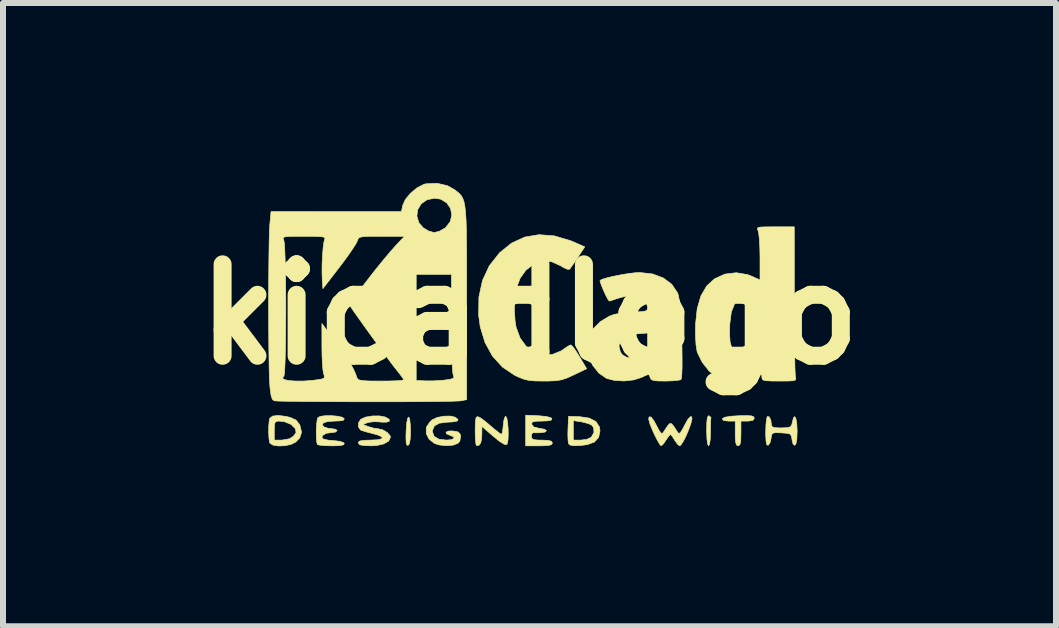
<source format=kicad_pcb>
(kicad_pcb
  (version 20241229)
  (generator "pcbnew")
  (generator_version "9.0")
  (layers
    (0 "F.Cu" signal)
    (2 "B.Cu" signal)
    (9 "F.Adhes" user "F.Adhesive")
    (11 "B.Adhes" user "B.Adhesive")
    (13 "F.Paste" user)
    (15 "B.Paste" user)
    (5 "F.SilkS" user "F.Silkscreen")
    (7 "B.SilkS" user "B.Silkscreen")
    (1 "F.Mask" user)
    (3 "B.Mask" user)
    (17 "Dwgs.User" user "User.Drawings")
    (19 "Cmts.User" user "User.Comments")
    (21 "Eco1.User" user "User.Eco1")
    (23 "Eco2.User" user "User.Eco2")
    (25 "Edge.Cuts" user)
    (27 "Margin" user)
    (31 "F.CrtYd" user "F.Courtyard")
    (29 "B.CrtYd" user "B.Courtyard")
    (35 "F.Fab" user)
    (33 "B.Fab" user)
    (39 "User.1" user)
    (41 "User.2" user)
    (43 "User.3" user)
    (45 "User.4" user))
  (footprint "kicadlogo"
    (layer "F.Cu")
    (at 5.777 2.191)
    (property "Reference" "kicadlogo" (at 0 0 0) (layer "F.SilkS") (effects (font (size 1.524 1.524) (thickness 0.3))))
    (attr through_hole)
    (fp_poly (pts (xy -1.996 1.755) (xy -1.986 1.861) (xy -1.984 1.942) (xy -1.989 2.079) (xy -2.004 2.158) (xy -2.025 2.183) (xy -2.046 2.176) (xy -2.057 2.13) (xy -2.06 2.037) (xy -2.057 1.948) (xy -2.047 1.808) (xy -2.03 1.729) (xy -2.012 1.711) (xy -1.996 1.755)) (stroke (width 0.01) (type solid)) (fill yes) (layer "F.SilkS"))
    (fp_poly (pts (xy 3.024 1.716) (xy 3.024 1.725) (xy 3.02 1.765) (xy 3.017 1.851) (xy 3.016 1.964) (xy 3.016 1.968) (xy 3.012 2.083) (xy 3.001 2.161) (xy 2.985 2.191) (xy 2.985 2.191) (xy 2.969 2.161) (xy 2.958 2.08) (xy 2.953 1.959) (xy 2.953 1.934) (xy 2.955 1.8) (xy 2.964 1.722) (xy 2.981 1.691) (xy 2.992 1.691) (xy 3.024 1.716)) (stroke (width 0.01) (type solid)) (fill yes) (layer "F.SilkS"))
    (fp_poly (pts (xy 3.696 1.691) (xy 3.735 1.704) (xy 3.746 1.727) (xy 3.747 1.729) (xy 3.724 1.765) (xy 3.651 1.778) (xy 3.635 1.778) (xy 3.524 1.778) (xy 3.524 1.984) (xy 3.521 2.1) (xy 3.51 2.164) (xy 3.487 2.189) (xy 3.477 2.191) (xy 3.45 2.177) (xy 3.435 2.128) (xy 3.429 2.031) (xy 3.429 1.984) (xy 3.429 1.778) (xy 3.315 1.778) (xy 3.235 1.769) (xy 3.214 1.742) (xy 3.215 1.738) (xy 3.255 1.714) (xy 3.359 1.697) (xy 3.487 1.689) (xy 3.618 1.687) (xy 3.696 1.691)) (stroke (width 0.01) (type solid)) (fill yes) (layer "F.SilkS"))
    (fp_poly (pts (xy 0.838 1.705) (xy 0.997 1.729) (xy 1.108 1.787) (xy 1.166 1.876) (xy 1.175 1.939) (xy 1.152 2.05) (xy 1.083 2.127) (xy 0.962 2.171) (xy 0.862 2.184) (xy 0.748 2.189) (xy 0.682 2.18) (xy 0.652 2.157) (xy 0.65 2.152) (xy 0.642 2.097) (xy 0.642 2.095) (xy 0.73 2.095) (xy 0.855 2.095) (xy 0.953 2.083) (xy 1.025 2.05) (xy 1.03 2.046) (xy 1.074 1.968) (xy 1.069 1.889) (xy 1.038 1.847) (xy 0.982 1.82) (xy 0.893 1.797) (xy 0.864 1.791) (xy 0.73 1.77) (xy 0.73 2.095) (xy 0.642 2.095) (xy 0.639 2.001) (xy 0.641 1.902) (xy 0.651 1.699) (xy 0.838 1.705)) (stroke (width 0.01) (type solid)) (fill yes) (layer "F.SilkS"))
    (fp_poly (pts (xy 0.148 1.689) (xy 0.277 1.701) (xy 0.354 1.721) (xy 0.373 1.738) (xy 0.361 1.762) (xy 0.299 1.775) (xy 0.207 1.778) (xy 0.104 1.781) (xy 0.052 1.792) (xy 0.036 1.815) (xy 0.038 1.834) (xy 0.071 1.877) (xy 0.157 1.898) (xy 0.167 1.899) (xy 0.252 1.915) (xy 0.283 1.939) (xy 0.257 1.962) (xy 0.183 1.972) (xy 0.104 1.974) (xy 0.056 1.972) (xy 0.056 1.972) (xy 0.036 1.996) (xy 0.032 2.032) (xy 0.039 2.069) (xy 0.072 2.088) (xy 0.145 2.095) (xy 0.206 2.095) (xy 0.312 2.1) (xy 0.366 2.115) (xy 0.381 2.143) (xy 0.368 2.169) (xy 0.321 2.184) (xy 0.228 2.19) (xy 0.159 2.191) (xy -0.064 2.191) (xy -0.064 1.68) (xy 0.148 1.689)) (stroke (width 0.01) (type solid)) (fill yes) (layer "F.SilkS"))
    (fp_poly (pts (xy -4.061 1.7) (xy -3.99 1.717) (xy -3.892 1.761) (xy -3.834 1.835) (xy -3.828 1.848) (xy -3.8 1.964) (xy -3.83 2.058) (xy -3.898 2.128) (xy -3.976 2.167) (xy -4.078 2.189) (xy -4.184 2.193) (xy -4.274 2.18) (xy -4.326 2.148) (xy -4.33 2.141) (xy -4.343 2.07) (xy -4.349 1.965) (xy -4.348 1.937) (xy -4.255 1.937) (xy -4.255 2.095) (xy -4.128 2.095) (xy -4 2.073) (xy -3.936 2.031) (xy -3.893 1.973) (xy -3.899 1.918) (xy -3.906 1.903) (xy -3.976 1.833) (xy -4.085 1.789) (xy -4.177 1.778) (xy -4.223 1.783) (xy -4.246 1.811) (xy -4.254 1.876) (xy -4.255 1.937) (xy -4.348 1.937) (xy -4.347 1.853) (xy -4.338 1.762) (xy -4.33 1.733) (xy -4.284 1.695) (xy -4.19 1.684) (xy -4.061 1.7)) (stroke (width 0.01) (type solid)) (fill yes) (layer "F.SilkS"))
    (fp_poly (pts (xy -1.239 1.714) (xy -1.191 1.751) (xy -1.204 1.777) (xy -1.28 1.792) (xy -1.366 1.796) (xy -1.503 1.813) (xy -1.585 1.858) (xy -1.618 1.934) (xy -1.619 1.955) (xy -1.591 2.032) (xy -1.51 2.08) (xy -1.385 2.095) (xy -1.299 2.087) (xy -1.258 2.065) (xy -1.267 2.039) (xy -1.318 2.019) (xy -1.384 1.991) (xy -1.393 1.963) (xy -1.35 1.944) (xy -1.278 1.943) (xy -1.196 1.957) (xy -1.159 1.99) (xy -1.148 2.03) (xy -1.162 2.114) (xy -1.194 2.149) (xy -1.275 2.18) (xy -1.389 2.189) (xy -1.506 2.176) (xy -1.587 2.15) (xy -1.675 2.079) (xy -1.722 1.987) (xy -1.721 1.892) (xy -1.711 1.866) (xy -1.661 1.794) (xy -1.622 1.756) (xy -1.537 1.717) (xy -1.424 1.696) (xy -1.313 1.695) (xy -1.239 1.714)) (stroke (width 0.01) (type solid)) (fill yes) (layer "F.SilkS"))
    (fp_poly (pts (xy -0.379 1.727) (xy -0.366 1.8) (xy -0.357 1.899) (xy -0.355 2.004) (xy -0.359 2.096) (xy -0.371 2.157) (xy -0.378 2.168) (xy -0.42 2.166) (xy -0.502 2.115) (xy -0.602 2.033) (xy -0.794 1.867) (xy -0.794 1.979) (xy -0.799 2.069) (xy -0.812 2.138) (xy -0.813 2.141) (xy -0.845 2.183) (xy -0.88 2.188) (xy -0.893 2.167) (xy -0.902 2.081) (xy -0.906 1.972) (xy -0.905 1.86) (xy -0.9 1.768) (xy -0.89 1.716) (xy -0.889 1.715) (xy -0.862 1.704) (xy -0.81 1.729) (xy -0.724 1.795) (xy -0.675 1.837) (xy -0.584 1.914) (xy -0.512 1.971) (xy -0.471 1.999) (xy -0.468 2) (xy -0.454 1.972) (xy -0.443 1.899) (xy -0.438 1.849) (xy -0.427 1.761) (xy -0.408 1.707) (xy -0.397 1.699) (xy -0.379 1.727)) (stroke (width 0.01) (type solid)) (fill yes) (layer "F.SilkS"))
    (fp_poly (pts (xy -3.198 1.697) (xy -3.12 1.715) (xy -3.088 1.738) (xy -3.1 1.763) (xy -3.163 1.775) (xy -3.25 1.778) (xy -3.364 1.786) (xy -3.435 1.808) (xy -3.457 1.84) (xy -3.425 1.876) (xy -3.361 1.897) (xy -3.294 1.905) (xy -3.231 1.915) (xy -3.207 1.937) (xy -3.234 1.961) (xy -3.284 1.968) (xy -3.39 1.982) (xy -3.45 2.019) (xy -3.461 2.05) (xy -3.435 2.078) (xy -3.354 2.096) (xy -3.281 2.102) (xy -3.17 2.114) (xy -3.102 2.136) (xy -3.088 2.151) (xy -3.099 2.173) (xy -3.156 2.186) (xy -3.267 2.191) (xy -3.294 2.191) (xy -3.407 2.188) (xy -3.493 2.18) (xy -3.535 2.17) (xy -3.535 2.17) (xy -3.548 2.126) (xy -3.554 2.04) (xy -3.555 1.935) (xy -3.549 1.831) (xy -3.539 1.751) (xy -3.529 1.721) (xy -3.485 1.699) (xy -3.401 1.688) (xy -3.298 1.688) (xy -3.198 1.697)) (stroke (width 0.01) (type solid)) (fill yes) (layer "F.SilkS"))
    (fp_poly (pts (xy 3.997 1.709) (xy 4.023 1.763) (xy 4.032 1.839) (xy 4.043 1.871) (xy 4.084 1.888) (xy 4.171 1.892) (xy 4.199 1.892) (xy 4.296 1.888) (xy 4.348 1.874) (xy 4.371 1.84) (xy 4.382 1.794) (xy 4.401 1.72) (xy 4.422 1.704) (xy 4.441 1.739) (xy 4.455 1.82) (xy 4.461 1.939) (xy 4.461 1.942) (xy 4.456 2.079) (xy 4.44 2.16) (xy 4.423 2.182) (xy 4.394 2.164) (xy 4.376 2.094) (xy 4.376 2.089) (xy 4.366 2.028) (xy 4.342 1.995) (xy 4.287 1.981) (xy 4.201 1.975) (xy 4.105 1.971) (xy 4.055 1.98) (xy 4.034 2.011) (xy 4.026 2.068) (xy 4.008 2.142) (xy 3.978 2.182) (xy 3.977 2.183) (xy 3.955 2.172) (xy 3.943 2.117) (xy 3.937 2.009) (xy 3.937 1.957) (xy 3.941 1.84) (xy 3.95 1.75) (xy 3.963 1.703) (xy 3.965 1.701) (xy 3.997 1.709)) (stroke (width 0.01) (type solid)) (fill yes) (layer "F.SilkS"))
    (fp_poly (pts (xy -2.404 1.711) (xy -2.403 1.712) (xy -2.341 1.747) (xy -2.335 1.778) (xy -2.379 1.796) (xy -2.466 1.796) (xy -2.487 1.793) (xy -2.592 1.788) (xy -2.683 1.799) (xy -2.699 1.804) (xy -2.778 1.835) (xy -2.689 1.87) (xy -2.599 1.896) (xy -2.529 1.905) (xy -2.448 1.923) (xy -2.372 1.968) (xy -2.324 2.023) (xy -2.318 2.048) (xy -2.347 2.111) (xy -2.428 2.158) (xy -2.55 2.186) (xy -2.637 2.191) (xy -2.738 2.187) (xy -2.812 2.178) (xy -2.836 2.17) (xy -2.857 2.133) (xy -2.827 2.109) (xy -2.742 2.098) (xy -2.648 2.095) (xy -2.524 2.089) (xy -2.46 2.071) (xy -2.458 2.045) (xy -2.517 2.014) (xy -2.623 1.984) (xy -2.721 1.959) (xy -2.797 1.935) (xy -2.819 1.925) (xy -2.854 1.872) (xy -2.848 1.801) (xy -2.81 1.746) (xy -2.733 1.712) (xy -2.622 1.693) (xy -2.503 1.692) (xy -2.404 1.711)) (stroke (width 0.01) (type solid)) (fill yes) (layer "F.SilkS"))
    (fp_poly (pts (xy 2.705 1.708) (xy 2.707 1.749) (xy 2.687 1.829) (xy 2.65 1.929) (xy 2.606 2.033) (xy 2.56 2.122) (xy 2.521 2.179) (xy 2.502 2.191) (xy 2.469 2.166) (xy 2.425 2.105) (xy 2.419 2.096) (xy 2.379 2.032) (xy 2.35 2.001) (xy 2.348 2) (xy 2.323 2.025) (xy 2.282 2.085) (xy 2.275 2.095) (xy 2.231 2.159) (xy 2.197 2.19) (xy 2.194 2.191) (xy 2.169 2.164) (xy 2.128 2.093) (xy 2.077 1.992) (xy 2.065 1.966) (xy 2.009 1.832) (xy 1.986 1.747) (xy 1.994 1.708) (xy 2.025 1.71) (xy 2.07 1.767) (xy 2.113 1.846) (xy 2.162 1.938) (xy 2.194 1.98) (xy 2.217 1.981) (xy 2.235 1.958) (xy 2.285 1.882) (xy 2.31 1.847) (xy 2.339 1.818) (xy 2.369 1.823) (xy 2.409 1.871) (xy 2.464 1.958) (xy 2.487 1.984) (xy 2.511 1.975) (xy 2.546 1.922) (xy 2.586 1.846) (xy 2.642 1.746) (xy 2.684 1.704) (xy 2.705 1.708)) (stroke (width 0.01) (type solid)) (fill yes) (layer "F.SilkS"))
    (fp_poly (pts (xy 0.414 -1.309) (xy 0.687 -1.228) (xy 0.755 -1.199) (xy 0.921 -1.126) (xy 0.805 -0.952) (xy 0.743 -0.859) (xy 0.692 -0.786) (xy 0.667 -0.752) (xy 0.629 -0.753) (xy 0.561 -0.784) (xy 0.524 -0.808) (xy 0.372 -0.877) (xy 0.218 -0.887) (xy 0.071 -0.839) (xy -0.061 -0.737) (xy -0.156 -0.604) (xy -0.209 -0.465) (xy -0.242 -0.286) (xy -0.253 -0.088) (xy -0.241 0.109) (xy -0.224 0.213) (xy -0.158 0.392) (xy -0.057 0.531) (xy 0.072 0.627) (xy 0.217 0.674) (xy 0.371 0.67) (xy 0.524 0.61) (xy 0.581 0.571) (xy 0.645 0.527) (xy 0.688 0.508) (xy 0.689 0.508) (xy 0.717 0.533) (xy 0.767 0.6) (xy 0.827 0.695) (xy 0.834 0.706) (xy 0.952 0.905) (xy 0.738 1.008) (xy 0.627 1.059) (xy 0.535 1.09) (xy 0.439 1.105) (xy 0.314 1.111) (xy 0.236 1.111) (xy 0.089 1.109) (xy -0.017 1.099) (xy -0.105 1.077) (xy -0.199 1.038) (xy -0.251 1.013) (xy -0.454 0.876) (xy -0.619 0.693) (xy -0.743 0.467) (xy -0.822 0.206) (xy -0.848 0.016) (xy -0.844 -0.289) (xy -0.784 -0.566) (xy -0.67 -0.811) (xy -0.502 -1.024) (xy -0.501 -1.026) (xy -0.3 -1.188) (xy -0.08 -1.289) (xy 0.158 -1.329) (xy 0.414 -1.309)) (stroke (width 0.01) (type solid)) (fill yes) (layer "F.SilkS"))
    (fp_poly (pts (xy 4.414 -0.246) (xy 4.414 0.028) (xy 4.416 0.284) (xy 4.418 0.515) (xy 4.421 0.713) (xy 4.424 0.871) (xy 4.428 0.982) (xy 4.433 1.037) (xy 4.433 1.04) (xy 4.44 1.073) (xy 4.43 1.094) (xy 4.392 1.106) (xy 4.314 1.11) (xy 4.186 1.111) (xy 4.163 1.111) (xy 4.026 1.11) (xy 3.941 1.105) (xy 3.895 1.094) (xy 3.877 1.074) (xy 3.873 1.048) (xy 3.87 1.001) (xy 3.85 0.989) (xy 3.8 1.011) (xy 3.739 1.048) (xy 3.621 1.093) (xy 3.471 1.112) (xy 3.314 1.107) (xy 3.178 1.076) (xy 3.125 1.051) (xy 2.991 0.942) (xy 2.877 0.796) (xy 2.8 0.639) (xy 2.793 0.617) (xy 2.775 0.506) (xy 2.766 0.351) (xy 2.766 0.333) (xy 3.335 0.333) (xy 3.343 0.457) (xy 3.368 0.546) (xy 3.41 0.614) (xy 3.433 0.639) (xy 3.497 0.684) (xy 3.577 0.694) (xy 3.624 0.689) (xy 3.717 0.669) (xy 3.787 0.64) (xy 3.795 0.634) (xy 3.816 0.603) (xy 3.829 0.543) (xy 3.837 0.445) (xy 3.841 0.299) (xy 3.842 0.186) (xy 3.842 -0.224) (xy 3.756 -0.256) (xy 3.615 -0.287) (xy 3.503 -0.262) (xy 3.419 -0.179) (xy 3.364 -0.041) (xy 3.339 0.154) (xy 3.338 0.161) (xy 3.335 0.333) (xy 2.766 0.333) (xy 2.767 0.17) (xy 2.767 0.167) (xy 2.795 -0.097) (xy 2.857 -0.31) (xy 2.954 -0.475) (xy 3.085 -0.594) (xy 3.256 -0.672) (xy 3.446 -0.695) (xy 3.636 -0.663) (xy 3.694 -0.64) (xy 3.842 -0.575) (xy 3.842 -0.956) (xy 3.839 -1.111) (xy 3.832 -1.246) (xy 3.821 -1.348) (xy 3.809 -1.399) (xy 3.797 -1.427) (xy 3.806 -1.445) (xy 3.844 -1.455) (xy 3.922 -1.459) (xy 4.051 -1.46) (xy 4.095 -1.46) (xy 4.413 -1.46) (xy 4.414 -0.246)) (stroke (width 0.01) (type solid)) (fill yes) (layer "F.SilkS"))
    (fp_poly (pts (xy 2.05 -0.675) (xy 2.229 -0.608) (xy 2.37 -0.503) (xy 2.464 -0.365) (xy 2.48 -0.324) (xy 2.493 -0.254) (xy 2.506 -0.139) (xy 2.518 0.01) (xy 2.528 0.183) (xy 2.535 0.367) (xy 2.541 0.552) (xy 2.543 0.726) (xy 2.543 0.877) (xy 2.539 0.996) (xy 2.531 1.069) (xy 2.524 1.087) (xy 2.479 1.098) (xy 2.388 1.107) (xy 2.272 1.111) (xy 2.259 1.111) (xy 2.137 1.109) (xy 2.065 1.101) (xy 2.027 1.083) (xy 2.011 1.052) (xy 2.01 1.049) (xy 1.997 1.011) (xy 1.973 1.003) (xy 1.921 1.024) (xy 1.871 1.049) (xy 1.737 1.092) (xy 1.574 1.11) (xy 1.412 1.1) (xy 1.284 1.067) (xy 1.157 0.98) (xy 1.052 0.848) (xy 0.981 0.689) (xy 0.955 0.534) (xy 1.492 0.534) (xy 1.513 0.621) (xy 1.545 0.672) (xy 1.622 0.716) (xy 1.728 0.729) (xy 1.837 0.711) (xy 1.898 0.681) (xy 1.942 0.636) (xy 1.963 0.571) (xy 1.968 0.471) (xy 1.968 0.31) (xy 1.794 0.324) (xy 1.64 0.354) (xy 1.54 0.414) (xy 1.495 0.503) (xy 1.492 0.534) (xy 0.955 0.534) (xy 0.953 0.521) (xy 0.953 0.515) (xy 0.982 0.374) (xy 1.062 0.238) (xy 1.182 0.119) (xy 1.329 0.03) (xy 1.408 0.001) (xy 1.512 -0.019) (xy 1.646 -0.035) (xy 1.754 -0.041) (xy 1.868 -0.046) (xy 1.932 -0.056) (xy 1.961 -0.076) (xy 1.968 -0.111) (xy 1.968 -0.119) (xy 1.942 -0.215) (xy 1.867 -0.28) (xy 1.755 -0.311) (xy 1.613 -0.305) (xy 1.476 -0.269) (xy 1.393 -0.241) (xy 1.338 -0.224) (xy 1.329 -0.223) (xy 1.308 -0.249) (xy 1.273 -0.314) (xy 1.234 -0.399) (xy 1.199 -0.483) (xy 1.177 -0.546) (xy 1.175 -0.563) (xy 1.204 -0.583) (xy 1.281 -0.607) (xy 1.39 -0.634) (xy 1.518 -0.659) (xy 1.648 -0.681) (xy 1.765 -0.695) (xy 1.841 -0.698) (xy 2.05 -0.675)) (stroke (width 0.01) (type solid)) (fill yes) (layer "F.SilkS"))
    (fp_poly (pts (xy -1.367 -2.145) (xy -1.253 -2.081) (xy -1.208 -2.047) (xy -1.171 -2.016) (xy -1.14 -1.981) (xy -1.114 -1.938) (xy -1.094 -1.882) (xy -1.078 -1.806) (xy -1.067 -1.706) (xy -1.058 -1.575) (xy -1.053 -1.409) (xy -1.05 -1.203) (xy -1.048 -0.95) (xy -1.048 -0.646) (xy -1.048 -0.285) (xy -1.048 -0.196) (xy -1.048 1.421) (xy -1.147 1.441) (xy -1.197 1.444) (xy -1.302 1.448) (xy -1.455 1.45) (xy -1.648 1.453) (xy -1.872 1.454) (xy -2.121 1.456) (xy -2.387 1.456) (xy -2.661 1.456) (xy -2.936 1.456) (xy -3.205 1.455) (xy -3.46 1.454) (xy -3.692 1.453) (xy -3.895 1.45) (xy -4.06 1.448) (xy -4.181 1.445) (xy -4.248 1.441) (xy -4.258 1.439) (xy -4.287 1.415) (xy -4.308 1.354) (xy -4.324 1.244) (xy -4.329 1.184) (xy -4.335 1.083) (xy -4.336 1.062) (xy -4.119 1.062) (xy -4.088 1.086) (xy -4.013 1.103) (xy -3.903 1.111) (xy -3.768 1.111) (xy -3.618 1.1) (xy -3.547 1.091) (xy -3.46 1.077) (xy -3.422 1.058) (xy -3.421 1.024) (xy -3.431 0.994) (xy -3.443 0.933) (xy -3.452 0.823) (xy -3.459 0.682) (xy -3.461 0.534) (xy -3.461 0.151) (xy -3.219 0.48) (xy -3.096 0.652) (xy -3.006 0.786) (xy -2.943 0.895) (xy -2.899 0.991) (xy -2.877 1.056) (xy -2.863 1.079) (xy -2.83 1.095) (xy -2.77 1.105) (xy -2.669 1.11) (xy -2.518 1.111) (xy -2.477 1.111) (xy -2.33 1.11) (xy -2.209 1.106) (xy -2.127 1.1) (xy -2.096 1.092) (xy -2.095 1.092) (xy -2.114 1.059) (xy -2.163 0.993) (xy -2.217 0.925) (xy -2.268 0.861) (xy -2.345 0.758) (xy -2.44 0.629) (xy -2.547 0.484) (xy -2.657 0.332) (xy -2.764 0.184) (xy -2.858 0.051) (xy -2.934 -0.056) (xy -2.983 -0.129) (xy -2.995 -0.148) (xy -2.983 -0.182) (xy -2.936 -0.256) (xy -2.862 -0.361) (xy -2.767 -0.489) (xy -2.659 -0.629) (xy -2.63 -0.667) (xy -1.889 -0.667) (xy -1.889 1.101) (xy -1.734 1.108) (xy -1.605 1.108) (xy -1.462 1.099) (xy -1.409 1.094) (xy -1.313 1.079) (xy -1.267 1.063) (xy -1.261 1.037) (xy -1.271 1.015) (xy -1.28 0.966) (xy -1.288 0.863) (xy -1.294 0.712) (xy -1.299 0.521) (xy -1.301 0.299) (xy -1.302 0.145) (xy -1.302 -0.667) (xy -1.595 -0.667) (xy -1.889 -0.667) (xy -2.63 -0.667) (xy -2.544 -0.775) (xy -2.429 -0.916) (xy -2.321 -1.045) (xy -2.226 -1.152) (xy -2.197 -1.183) (xy -2.083 -1.302) (xy -2.467 -1.302) (xy -2.628 -1.301) (xy -2.737 -1.299) (xy -2.805 -1.291) (xy -2.842 -1.278) (xy -2.86 -1.256) (xy -2.87 -1.226) (xy -2.895 -1.175) (xy -2.953 -1.085) (xy -3.034 -0.968) (xy -3.132 -0.835) (xy -3.167 -0.79) (xy -3.445 -0.429) (xy -3.455 -0.571) (xy -3.459 -0.696) (xy -3.458 -0.84) (xy -3.451 -0.985) (xy -3.44 -1.115) (xy -3.427 -1.21) (xy -3.416 -1.246) (xy -3.41 -1.27) (xy -3.424 -1.286) (xy -3.467 -1.295) (xy -3.55 -1.3) (xy -3.683 -1.302) (xy -3.76 -1.302) (xy -3.917 -1.301) (xy -4.021 -1.299) (xy -4.08 -1.292) (xy -4.105 -1.279) (xy -4.106 -1.259) (xy -4.097 -1.24) (xy -4.088 -1.193) (xy -4.081 -1.093) (xy -4.075 -0.949) (xy -4.07 -0.769) (xy -4.066 -0.563) (xy -4.064 -0.34) (xy -4.063 -0.107) (xy -4.064 0.126) (xy -4.065 0.35) (xy -4.069 0.556) (xy -4.073 0.736) (xy -4.079 0.881) (xy -4.086 0.982) (xy -4.094 1.03) (xy -4.096 1.032) (xy -4.119 1.062) (xy -4.336 1.062) (xy -4.34 0.929) (xy -4.343 0.733) (xy -4.346 0.502) (xy -4.348 0.248) (xy -4.349 -0.021) (xy -4.349 -0.294) (xy -4.348 -0.563) (xy -4.346 -0.817) (xy -4.343 -1.046) (xy -4.34 -1.242) (xy -4.335 -1.395) (xy -4.33 -1.494) (xy -4.329 -1.5) (xy -4.316 -1.64) (xy -1.878 -1.64) (xy -1.845 -1.53) (xy -1.776 -1.447) (xy -1.686 -1.392) (xy -1.596 -1.366) (xy -1.587 -1.365) (xy -1.501 -1.387) (xy -1.409 -1.44) (xy -1.399 -1.447) (xy -1.321 -1.547) (xy -1.296 -1.659) (xy -1.317 -1.768) (xy -1.381 -1.86) (xy -1.481 -1.921) (xy -1.581 -1.937) (xy -1.709 -1.911) (xy -1.805 -1.844) (xy -1.863 -1.749) (xy -1.878 -1.64) (xy -4.316 -1.64) (xy -4.309 -1.715) (xy -3.222 -1.714) (xy -2.135 -1.714) (xy -2.115 -1.815) (xy -2.07 -1.916) (xy -1.983 -2.02) (xy -1.875 -2.11) (xy -1.763 -2.168) (xy -1.729 -2.177) (xy -1.541 -2.186) (xy -1.367 -2.145)) (stroke (width 0.01) (type solid)) (fill yes) (layer "F.SilkS")))
  (gr_rect
    (start -3 -3)
    (end 14.553 7.39)
    (stroke (width 0.1) (type default))
    (fill no)
    (layer "Edge.Cuts")))
</source>
